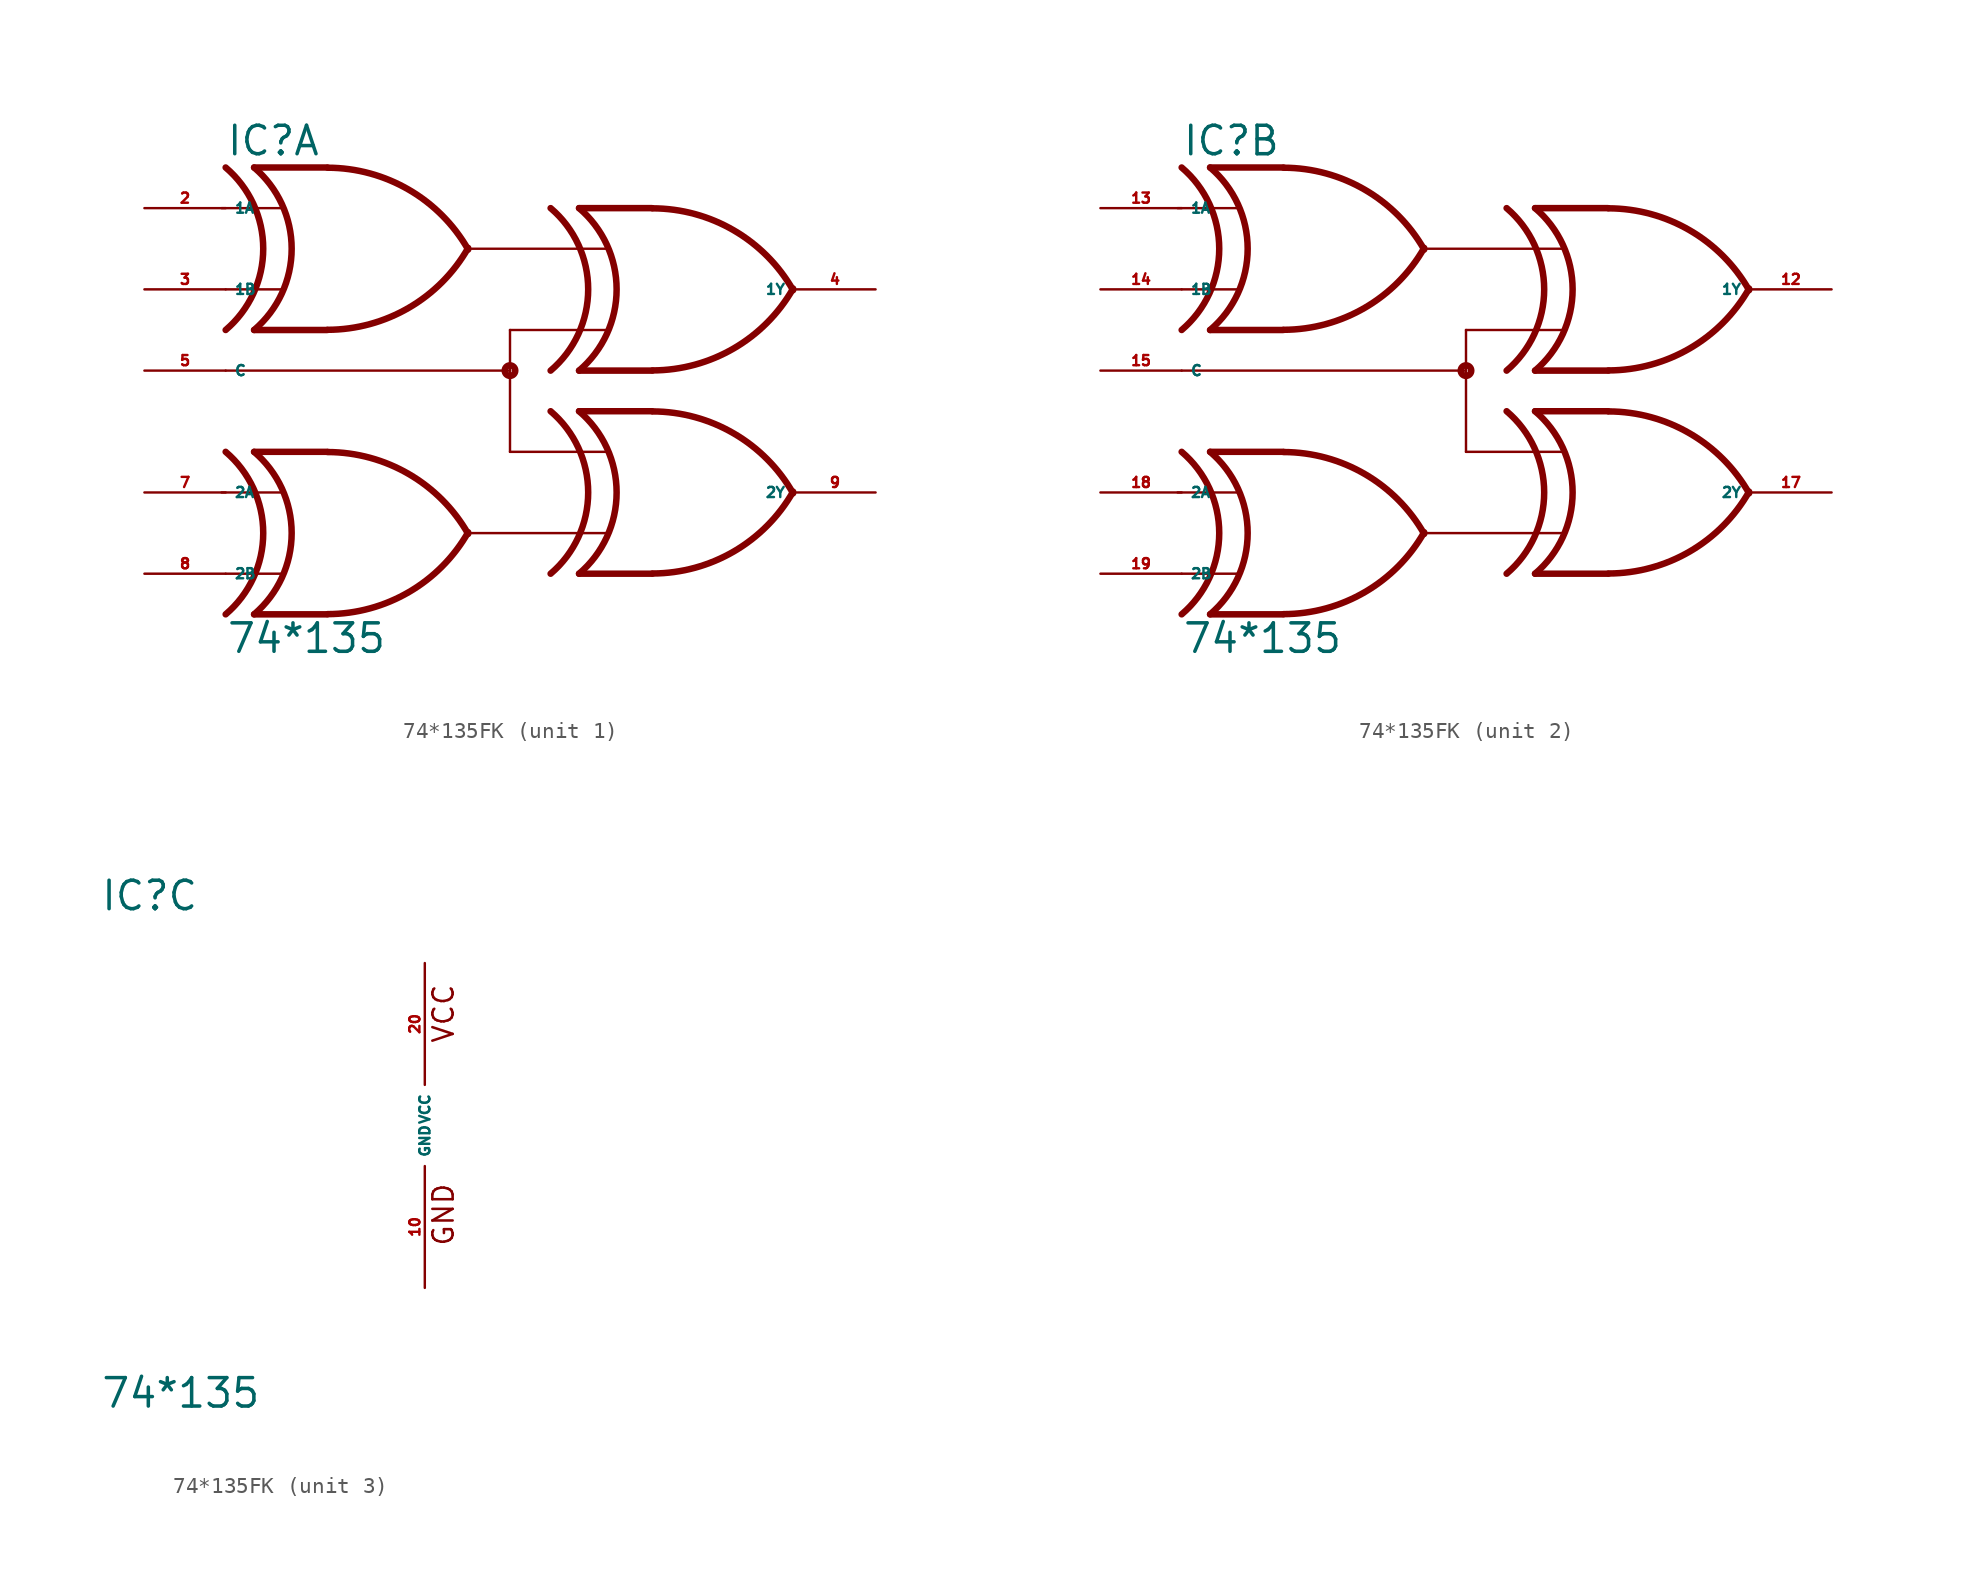
<source format=kicad_sym>
(kicad_symbol_lib
  (version 20220914)
  (generator Eagle2Kicad)
  (symbol "74*135FK"
    (property "Reference" "IC"
      (at -20.32 13.335 0)
      (effects (font (size 1.778 1.778) (thickness 0.22)) (justify left bottom)))
    (property "Value" "74*135"
      (at -20.32 -17.78 0)
      (effects (font (size 1.778 1.778) (thickness 0.22)) (justify left bottom)))
    (symbol "74*135FK_1_0"
      (polyline (pts (xy -13.97 -5.08) (xy -18.542 -5.08)) (stroke (width 0.406) (type default)) (fill (type none)))
      (polyline (pts (xy -13.97 -15.24) (xy -18.542 -15.24)) (stroke (width 0.406) (type default)) (fill (type none)))
      (polyline (pts (xy -20.574 -7.62) (xy -16.764 -7.62)) (stroke (width 0.152) (type default)) (fill (type none)))
      (polyline (pts (xy -20.32 -12.7) (xy -16.764 -12.7)) (stroke (width 0.152) (type default)) (fill (type none)))
      (arc (start -13.9446 -15.2278) (mid -8.863 -13.849) (end -5.1559 -10.1092) (stroke (width 0.4064) (type default)) (fill (type none)))
      (arc (start -5.156 -10.2107) (mid -8.863 -6.471) (end -13.9446 -5.0922) (stroke (width 0.4064) (type default)) (fill (type none)))
      (arc (start -18.542 -15.24) (mid -16.193 -10.160) (end -18.542 -5.08) (stroke (width 0.4064) (type default)) (fill (type none)))
      (arc (start -20.32 -15.24) (mid -17.971 -10.160) (end -20.32 -5.08) (stroke (width 0.4064) (type default)) (fill (type none)))
      (polyline (pts (xy -13.97 12.7) (xy -18.542 12.7)) (stroke (width 0.406) (type default)) (fill (type none)))
      (polyline (pts (xy -13.97 2.54) (xy -18.542 2.54)) (stroke (width 0.406) (type default)) (fill (type none)))
      (polyline (pts (xy -20.574 10.16) (xy -16.764 10.16)) (stroke (width 0.152) (type default)) (fill (type none)))
      (polyline (pts (xy -20.32 5.08) (xy -16.764 5.08)) (stroke (width 0.152) (type default)) (fill (type none)))
      (arc (start -13.9446 2.5522) (mid -8.863 3.931) (end -5.1559 7.6705) (stroke (width 0.4064) (type default)) (fill (type none)))
      (arc (start -5.1558 7.5694) (mid -8.863 11.309) (end -13.9446 12.6878) (stroke (width 0.4064) (type default)) (fill (type none)))
      (arc (start -18.542 2.54) (mid -16.193 7.620) (end -18.542 12.7) (stroke (width 0.4064) (type default)) (fill (type none)))
      (arc (start -20.32 2.54) (mid -17.971 7.620) (end -20.32 12.7) (stroke (width 0.4064) (type default)) (fill (type none)))
      (polyline (pts (xy 6.35 10.16) (xy 1.778 10.16)) (stroke (width 0.406) (type default)) (fill (type none)))
      (polyline (pts (xy 6.35 0) (xy 1.778 0)) (stroke (width 0.406) (type default)) (fill (type none)))
      (arc (start 6.3754 0.0122) (mid 11.457 1.391) (end 15.1637 5.1308) (stroke (width 0.4064) (type default)) (fill (type none)))
      (arc (start 15.1639 5.0293) (mid 11.457 8.769) (end 6.3754 10.1478) (stroke (width 0.4064) (type default)) (fill (type none)))
      (arc (start 1.778 0) (mid 4.127 5.080) (end 1.778 10.16) (stroke (width 0.4064) (type default)) (fill (type none)))
      (arc (start 0 0) (mid 2.349 5.080) (end 0 10.16) (stroke (width 0.4064) (type default)) (fill (type none)))
      (polyline (pts (xy 6.35 -2.54) (xy 1.778 -2.54)) (stroke (width 0.406) (type default)) (fill (type none)))
      (polyline (pts (xy 6.35 -12.7) (xy 1.778 -12.7)) (stroke (width 0.406) (type default)) (fill (type none)))
      (arc (start 6.3754 -12.6878) (mid 11.457 -11.309) (end 15.1637 -7.5691) (stroke (width 0.4064) (type default)) (fill (type none)))
      (arc (start 15.1636 -7.671) (mid 11.457 -3.931) (end 6.3754 -2.5522) (stroke (width 0.4064) (type default)) (fill (type none)))
      (arc (start 1.778 -12.7) (mid 4.127 -7.620) (end 1.778 -2.54) (stroke (width 0.4064) (type default)) (fill (type none)))
      (arc (start 0 -12.7) (mid 2.349 -7.620) (end 0 -2.54) (stroke (width 0.4064) (type default)) (fill (type none)))
      (polyline (pts (xy -5.08 -10.16) (xy 3.556 -10.16)) (stroke (width 0.152) (type default)) (fill (type none)))
      (polyline (pts (xy -2.54 -5.08) (xy 3.556 -5.08)) (stroke (width 0.152) (type default)) (fill (type none)))
      (polyline (pts (xy -2.54 2.54) (xy 3.556 2.54)) (stroke (width 0.152) (type default)) (fill (type none)))
      (polyline (pts (xy -5.08 7.62) (xy 3.556 7.62)) (stroke (width 0.152) (type default)) (fill (type none)))
      (polyline (pts (xy -2.54 0) (xy -20.32 0)) (stroke (width 0.152) (type default)) (fill (type none)))
      (polyline (pts (xy -2.54 2.54) (xy -2.54 0)) (stroke (width 0.152) (type default)) (fill (type none)))
      (polyline (pts (xy -2.54 0) (xy -2.54 -5.08)) (stroke (width 0.152) (type default)) (fill (type none)))
      (circle (center -2.54 0) (radius 0.127) (stroke (width 0.406) (type default)) (fill (type none)))
      (pin input line (at -25.4 10.16 0) (length 5.08) (name "1A" (effects (font (size 0.635 0.635) (thickness 0.08)) (justify left bottom))) (number "2" (effects (font (size 0.635 0.635) (thickness 0.08)) (justify left bottom))))
      (pin input line (at -25.4 5.08 0) (length 5.08) (name "1B" (effects (font (size 0.635 0.635) (thickness 0.08)) (justify left bottom))) (number "3" (effects (font (size 0.635 0.635) (thickness 0.08)) (justify left bottom))))
      (pin output line (at 20.32 5.08 180) (length 5.08) (name "1Y" (effects (font (size 0.635 0.635) (thickness 0.08)) (justify left bottom))) (number "4" (effects (font (size 0.635 0.635) (thickness 0.08)) (justify left bottom))))
      (pin input line (at -25.4 0 0) (length 5.08) (name "C" (effects (font (size 0.635 0.635) (thickness 0.08)) (justify left bottom))) (number "5" (effects (font (size 0.635 0.635) (thickness 0.08)) (justify left bottom))))
      (pin input line (at -25.4 -7.62 0) (length 5.08) (name "2A" (effects (font (size 0.635 0.635) (thickness 0.08)) (justify left bottom))) (number "7" (effects (font (size 0.635 0.635) (thickness 0.08)) (justify left bottom))))
      (pin input line (at -25.4 -12.7 0) (length 5.08) (name "2B" (effects (font (size 0.635 0.635) (thickness 0.08)) (justify left bottom))) (number "8" (effects (font (size 0.635 0.635) (thickness 0.08)) (justify left bottom))))
      (pin output line (at 20.32 -7.62 180) (length 5.08) (name "2Y" (effects (font (size 0.635 0.635) (thickness 0.08)) (justify left bottom))) (number "9" (effects (font (size 0.635 0.635) (thickness 0.08)) (justify left bottom)))))
    (symbol "74*135FK_2_0"
      (polyline (pts (xy -13.97 -5.08) (xy -18.542 -5.08)) (stroke (width 0.406) (type default)) (fill (type none)))
      (polyline (pts (xy -13.97 -15.24) (xy -18.542 -15.24)) (stroke (width 0.406) (type default)) (fill (type none)))
      (polyline (pts (xy -20.574 -7.62) (xy -16.764 -7.62)) (stroke (width 0.152) (type default)) (fill (type none)))
      (polyline (pts (xy -20.32 -12.7) (xy -16.764 -12.7)) (stroke (width 0.152) (type default)) (fill (type none)))
      (arc (start -13.9446 -15.2278) (mid -8.863 -13.849) (end -5.1559 -10.1092) (stroke (width 0.4064) (type default)) (fill (type none)))
      (arc (start -5.156 -10.2107) (mid -8.863 -6.471) (end -13.9446 -5.0922) (stroke (width 0.4064) (type default)) (fill (type none)))
      (arc (start -18.542 -15.24) (mid -16.193 -10.160) (end -18.542 -5.08) (stroke (width 0.4064) (type default)) (fill (type none)))
      (arc (start -20.32 -15.24) (mid -17.971 -10.160) (end -20.32 -5.08) (stroke (width 0.4064) (type default)) (fill (type none)))
      (polyline (pts (xy -13.97 12.7) (xy -18.542 12.7)) (stroke (width 0.406) (type default)) (fill (type none)))
      (polyline (pts (xy -13.97 2.54) (xy -18.542 2.54)) (stroke (width 0.406) (type default)) (fill (type none)))
      (polyline (pts (xy -20.574 10.16) (xy -16.764 10.16)) (stroke (width 0.152) (type default)) (fill (type none)))
      (polyline (pts (xy -20.32 5.08) (xy -16.764 5.08)) (stroke (width 0.152) (type default)) (fill (type none)))
      (arc (start -13.9446 2.5522) (mid -8.863 3.931) (end -5.1559 7.6705) (stroke (width 0.4064) (type default)) (fill (type none)))
      (arc (start -5.1558 7.5694) (mid -8.863 11.309) (end -13.9446 12.6878) (stroke (width 0.4064) (type default)) (fill (type none)))
      (arc (start -18.542 2.54) (mid -16.193 7.620) (end -18.542 12.7) (stroke (width 0.4064) (type default)) (fill (type none)))
      (arc (start -20.32 2.54) (mid -17.971 7.620) (end -20.32 12.7) (stroke (width 0.4064) (type default)) (fill (type none)))
      (polyline (pts (xy 6.35 10.16) (xy 1.778 10.16)) (stroke (width 0.406) (type default)) (fill (type none)))
      (polyline (pts (xy 6.35 0) (xy 1.778 0)) (stroke (width 0.406) (type default)) (fill (type none)))
      (arc (start 6.3754 0.0122) (mid 11.457 1.391) (end 15.1637 5.1308) (stroke (width 0.4064) (type default)) (fill (type none)))
      (arc (start 15.1639 5.0293) (mid 11.457 8.769) (end 6.3754 10.1478) (stroke (width 0.4064) (type default)) (fill (type none)))
      (arc (start 1.778 0) (mid 4.127 5.080) (end 1.778 10.16) (stroke (width 0.4064) (type default)) (fill (type none)))
      (arc (start 0 0) (mid 2.349 5.080) (end 0 10.16) (stroke (width 0.4064) (type default)) (fill (type none)))
      (polyline (pts (xy 6.35 -2.54) (xy 1.778 -2.54)) (stroke (width 0.406) (type default)) (fill (type none)))
      (polyline (pts (xy 6.35 -12.7) (xy 1.778 -12.7)) (stroke (width 0.406) (type default)) (fill (type none)))
      (arc (start 6.3754 -12.6878) (mid 11.457 -11.309) (end 15.1637 -7.5691) (stroke (width 0.4064) (type default)) (fill (type none)))
      (arc (start 15.1636 -7.671) (mid 11.457 -3.931) (end 6.3754 -2.5522) (stroke (width 0.4064) (type default)) (fill (type none)))
      (arc (start 1.778 -12.7) (mid 4.127 -7.620) (end 1.778 -2.54) (stroke (width 0.4064) (type default)) (fill (type none)))
      (arc (start 0 -12.7) (mid 2.349 -7.620) (end 0 -2.54) (stroke (width 0.4064) (type default)) (fill (type none)))
      (polyline (pts (xy -5.08 -10.16) (xy 3.556 -10.16)) (stroke (width 0.152) (type default)) (fill (type none)))
      (polyline (pts (xy -2.54 -5.08) (xy 3.556 -5.08)) (stroke (width 0.152) (type default)) (fill (type none)))
      (polyline (pts (xy -2.54 2.54) (xy 3.556 2.54)) (stroke (width 0.152) (type default)) (fill (type none)))
      (polyline (pts (xy -5.08 7.62) (xy 3.556 7.62)) (stroke (width 0.152) (type default)) (fill (type none)))
      (polyline (pts (xy -2.54 0) (xy -20.32 0)) (stroke (width 0.152) (type default)) (fill (type none)))
      (polyline (pts (xy -2.54 2.54) (xy -2.54 0)) (stroke (width 0.152) (type default)) (fill (type none)))
      (polyline (pts (xy -2.54 0) (xy -2.54 -5.08)) (stroke (width 0.152) (type default)) (fill (type none)))
      (circle (center -2.54 0) (radius 0.127) (stroke (width 0.406) (type default)) (fill (type none)))
      (pin input line (at -25.4 10.16 0) (length 5.08) (name "1A" (effects (font (size 0.635 0.635) (thickness 0.08)) (justify left bottom))) (number "13" (effects (font (size 0.635 0.635) (thickness 0.08)) (justify left bottom))))
      (pin input line (at -25.4 5.08 0) (length 5.08) (name "1B" (effects (font (size 0.635 0.635) (thickness 0.08)) (justify left bottom))) (number "14" (effects (font (size 0.635 0.635) (thickness 0.08)) (justify left bottom))))
      (pin output line (at 20.32 5.08 180) (length 5.08) (name "1Y" (effects (font (size 0.635 0.635) (thickness 0.08)) (justify left bottom))) (number "12" (effects (font (size 0.635 0.635) (thickness 0.08)) (justify left bottom))))
      (pin input line (at -25.4 0 0) (length 5.08) (name "C" (effects (font (size 0.635 0.635) (thickness 0.08)) (justify left bottom))) (number "15" (effects (font (size 0.635 0.635) (thickness 0.08)) (justify left bottom))))
      (pin input line (at -25.4 -7.62 0) (length 5.08) (name "2A" (effects (font (size 0.635 0.635) (thickness 0.08)) (justify left bottom))) (number "18" (effects (font (size 0.635 0.635) (thickness 0.08)) (justify left bottom))))
      (pin input line (at -25.4 -12.7 0) (length 5.08) (name "2B" (effects (font (size 0.635 0.635) (thickness 0.08)) (justify left bottom))) (number "19" (effects (font (size 0.635 0.635) (thickness 0.08)) (justify left bottom))))
      (pin output line (at 20.32 -7.62 180) (length 5.08) (name "2Y" (effects (font (size 0.635 0.635) (thickness 0.08)) (justify left bottom))) (number "17" (effects (font (size 0.635 0.635) (thickness 0.08)) (justify left bottom)))))
    (symbol "74*135FK_3_0"
      (text "GND" (at 1.905 -7.62 900) (effects (font (size 1.27 1.27) (thickness 0.16)) (justify left bottom)))
      (text "VCC" (at 1.905 5.08 900) (effects (font (size 1.27 1.27) (thickness 0.16)) (justify left bottom)))
      (pin unspecified line (at 0 -10.16 90) (length 7.62) (name "GND" (effects (font (size 0.635 0.635) (thickness 0.08)) (justify left bottom))) (number "10" (effects (font (size 0.635 0.635) (thickness 0.08)) (justify left bottom))))
      (pin unspecified line (at 0 10.16 270) (length 7.62) (name "VCC" (effects (font (size 0.635 0.635) (thickness 0.08)) (justify left bottom))) (number "20" (effects (font (size 0.635 0.635) (thickness 0.08)) (justify left bottom)))))))
</source>
